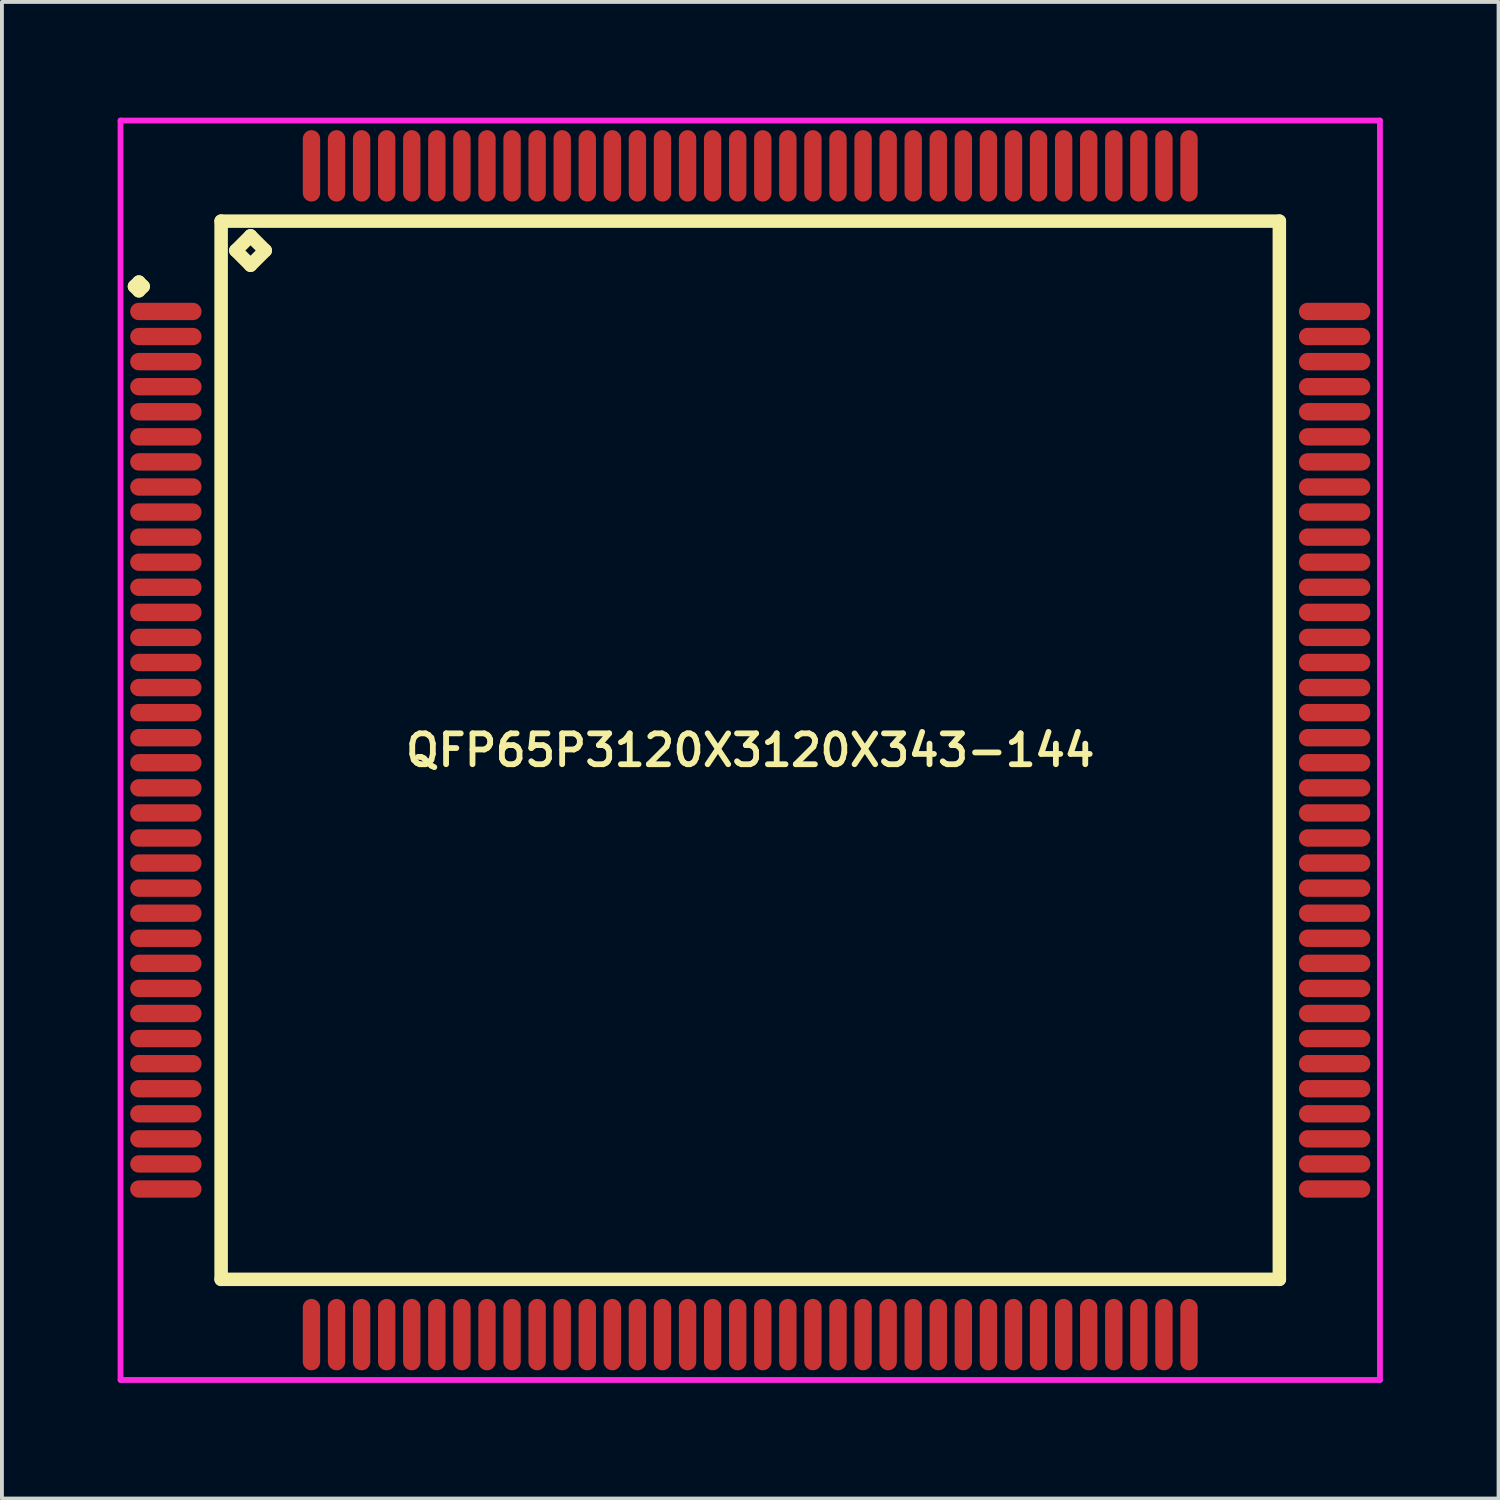
<source format=kicad_pcb>
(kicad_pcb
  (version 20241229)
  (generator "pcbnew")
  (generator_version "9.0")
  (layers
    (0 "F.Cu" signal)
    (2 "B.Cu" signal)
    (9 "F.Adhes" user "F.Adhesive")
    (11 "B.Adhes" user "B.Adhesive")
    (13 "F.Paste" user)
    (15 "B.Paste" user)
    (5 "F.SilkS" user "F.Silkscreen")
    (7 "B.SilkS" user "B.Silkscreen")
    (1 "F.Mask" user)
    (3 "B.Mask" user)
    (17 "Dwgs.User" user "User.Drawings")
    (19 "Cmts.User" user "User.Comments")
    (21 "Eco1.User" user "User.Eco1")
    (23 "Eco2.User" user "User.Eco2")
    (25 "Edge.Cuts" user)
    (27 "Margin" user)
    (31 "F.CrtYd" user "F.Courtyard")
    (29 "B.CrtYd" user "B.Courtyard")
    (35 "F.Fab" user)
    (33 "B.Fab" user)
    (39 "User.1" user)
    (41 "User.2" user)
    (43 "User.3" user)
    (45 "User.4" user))
  (footprint "QFP65P3120X3120X343-144"
    (layer "F.Cu")
    (at 16.4 16.4)
    (property "Reference" "QFP65P3120X3120X343-144" (at 0 0 0) (layer "F.SilkS") (effects (font (size 0.8 0.8) (thickness 0.15))))
    (attr smd)
    (fp_line (start -15.963 -12.025) (end -15.85 -12.137) (stroke (width 0.35) (type solid)) (layer "F.SilkS"))
    (fp_line (start -15.85 -12.137) (end -15.738 -12.025) (stroke (width 0.35) (type solid)) (layer "F.SilkS"))
    (fp_line (start -15.85 -11.912) (end -15.963 -12.025) (stroke (width 0.35) (type solid)) (layer "F.SilkS"))
    (fp_line (start -15.738 -12.025) (end -15.85 -11.912) (stroke (width 0.35) (type solid)) (layer "F.SilkS"))
    (fp_line (start -13.717 -13.717) (end -13.717 13.717) (stroke (width 0.35) (type solid)) (layer "F.SilkS"))
    (fp_line (start -13.717 13.717) (end 13.717 13.717) (stroke (width 0.35) (type solid)) (layer "F.SilkS"))
    (fp_line (start -13.336 -12.955) (end -12.955 -13.336) (stroke (width 0.35) (type solid)) (layer "F.SilkS"))
    (fp_line (start -12.955 -13.336) (end -12.574 -12.955) (stroke (width 0.35) (type solid)) (layer "F.SilkS"))
    (fp_line (start -12.955 -12.574) (end -13.336 -12.955) (stroke (width 0.35) (type solid)) (layer "F.SilkS"))
    (fp_line (start -12.574 -12.955) (end -12.955 -12.574) (stroke (width 0.35) (type solid)) (layer "F.SilkS"))
    (fp_line (start 13.717 -13.717) (end -13.717 -13.717) (stroke (width 0.35) (type solid)) (layer "F.SilkS"))
    (fp_line (start 13.717 13.717) (end 13.717 -13.717) (stroke (width 0.35) (type solid)) (layer "F.SilkS"))
    (fp_line (start -16.325 -16.325) (end 16.325 -16.325) (stroke (width 0.15) (type solid)) (layer "F.CrtYd"))
    (fp_line (start -16.325 16.325) (end -16.325 -16.325) (stroke (width 0.15) (type solid)) (layer "F.CrtYd"))
    (fp_line (start 16.325 -16.325) (end 16.325 16.325) (stroke (width 0.15) (type solid)) (layer "F.CrtYd"))
    (fp_line (start 16.325 16.325) (end -16.325 16.325) (stroke (width 0.15) (type solid)) (layer "F.CrtYd"))
    (pad "1" smd oval (at -15.15 -11.375) (size 1.85 0.45) (layers "F.Cu" "F.Mask" "F.Paste"))
    (pad "2" smd oval (at -15.15 -10.725) (size 1.85 0.45) (layers "F.Cu" "F.Mask" "F.Paste"))
    (pad "3" smd oval (at -15.15 -10.075) (size 1.85 0.45) (layers "F.Cu" "F.Mask" "F.Paste"))
    (pad "4" smd oval (at -15.15 -9.425) (size 1.85 0.45) (layers "F.Cu" "F.Mask" "F.Paste"))
    (pad "5" smd oval (at -15.15 -8.775) (size 1.85 0.45) (layers "F.Cu" "F.Mask" "F.Paste"))
    (pad "6" smd oval (at -15.15 -8.125) (size 1.85 0.45) (layers "F.Cu" "F.Mask" "F.Paste"))
    (pad "7" smd oval (at -15.15 -7.475) (size 1.85 0.45) (layers "F.Cu" "F.Mask" "F.Paste"))
    (pad "8" smd oval (at -15.15 -6.825) (size 1.85 0.45) (layers "F.Cu" "F.Mask" "F.Paste"))
    (pad "9" smd oval (at -15.15 -6.175) (size 1.85 0.45) (layers "F.Cu" "F.Mask" "F.Paste"))
    (pad "10" smd oval (at -15.15 -5.525) (size 1.85 0.45) (layers "F.Cu" "F.Mask" "F.Paste"))
    (pad "11" smd oval (at -15.15 -4.875) (size 1.85 0.45) (layers "F.Cu" "F.Mask" "F.Paste"))
    (pad "12" smd oval (at -15.15 -4.225) (size 1.85 0.45) (layers "F.Cu" "F.Mask" "F.Paste"))
    (pad "13" smd oval (at -15.15 -3.575) (size 1.85 0.45) (layers "F.Cu" "F.Mask" "F.Paste"))
    (pad "14" smd oval (at -15.15 -2.925) (size 1.85 0.45) (layers "F.Cu" "F.Mask" "F.Paste"))
    (pad "15" smd oval (at -15.15 -2.275) (size 1.85 0.45) (layers "F.Cu" "F.Mask" "F.Paste"))
    (pad "16" smd oval (at -15.15 -1.625) (size 1.85 0.45) (layers "F.Cu" "F.Mask" "F.Paste"))
    (pad "17" smd oval (at -15.15 -0.975) (size 1.85 0.45) (layers "F.Cu" "F.Mask" "F.Paste"))
    (pad "18" smd oval (at -15.15 -0.325) (size 1.85 0.45) (layers "F.Cu" "F.Mask" "F.Paste"))
    (pad "19" smd oval (at -15.15 0.325) (size 1.85 0.45) (layers "F.Cu" "F.Mask" "F.Paste"))
    (pad "20" smd oval (at -15.15 0.975) (size 1.85 0.45) (layers "F.Cu" "F.Mask" "F.Paste"))
    (pad "21" smd oval (at -15.15 1.625) (size 1.85 0.45) (layers "F.Cu" "F.Mask" "F.Paste"))
    (pad "22" smd oval (at -15.15 2.275) (size 1.85 0.45) (layers "F.Cu" "F.Mask" "F.Paste"))
    (pad "23" smd oval (at -15.15 2.925) (size 1.85 0.45) (layers "F.Cu" "F.Mask" "F.Paste"))
    (pad "24" smd oval (at -15.15 3.575) (size 1.85 0.45) (layers "F.Cu" "F.Mask" "F.Paste"))
    (pad "25" smd oval (at -15.15 4.225) (size 1.85 0.45) (layers "F.Cu" "F.Mask" "F.Paste"))
    (pad "26" smd oval (at -15.15 4.875) (size 1.85 0.45) (layers "F.Cu" "F.Mask" "F.Paste"))
    (pad "27" smd oval (at -15.15 5.525) (size 1.85 0.45) (layers "F.Cu" "F.Mask" "F.Paste"))
    (pad "28" smd oval (at -15.15 6.175) (size 1.85 0.45) (layers "F.Cu" "F.Mask" "F.Paste"))
    (pad "29" smd oval (at -15.15 6.825) (size 1.85 0.45) (layers "F.Cu" "F.Mask" "F.Paste"))
    (pad "30" smd oval (at -15.15 7.475) (size 1.85 0.45) (layers "F.Cu" "F.Mask" "F.Paste"))
    (pad "31" smd oval (at -15.15 8.125) (size 1.85 0.45) (layers "F.Cu" "F.Mask" "F.Paste"))
    (pad "32" smd oval (at -15.15 8.775) (size 1.85 0.45) (layers "F.Cu" "F.Mask" "F.Paste"))
    (pad "33" smd oval (at -15.15 9.425) (size 1.85 0.45) (layers "F.Cu" "F.Mask" "F.Paste"))
    (pad "34" smd oval (at -15.15 10.075) (size 1.85 0.45) (layers "F.Cu" "F.Mask" "F.Paste"))
    (pad "35" smd oval (at -15.15 10.725) (size 1.85 0.45) (layers "F.Cu" "F.Mask" "F.Paste"))
    (pad "36" smd oval (at -15.15 11.375) (size 1.85 0.45) (layers "F.Cu" "F.Mask" "F.Paste"))
    (pad "37" smd oval (at -11.375 15.15) (size 0.45 1.85) (layers "F.Cu" "F.Mask" "F.Paste"))
    (pad "38" smd oval (at -10.725 15.15) (size 0.45 1.85) (layers "F.Cu" "F.Mask" "F.Paste"))
    (pad "39" smd oval (at -10.075 15.15) (size 0.45 1.85) (layers "F.Cu" "F.Mask" "F.Paste"))
    (pad "40" smd oval (at -9.425 15.15) (size 0.45 1.85) (layers "F.Cu" "F.Mask" "F.Paste"))
    (pad "41" smd oval (at -8.775 15.15) (size 0.45 1.85) (layers "F.Cu" "F.Mask" "F.Paste"))
    (pad "42" smd oval (at -8.125 15.15) (size 0.45 1.85) (layers "F.Cu" "F.Mask" "F.Paste"))
    (pad "43" smd oval (at -7.475 15.15) (size 0.45 1.85) (layers "F.Cu" "F.Mask" "F.Paste"))
    (pad "44" smd oval (at -6.825 15.15) (size 0.45 1.85) (layers "F.Cu" "F.Mask" "F.Paste"))
    (pad "45" smd oval (at -6.175 15.15) (size 0.45 1.85) (layers "F.Cu" "F.Mask" "F.Paste"))
    (pad "46" smd oval (at -5.525 15.15) (size 0.45 1.85) (layers "F.Cu" "F.Mask" "F.Paste"))
    (pad "47" smd oval (at -4.875 15.15) (size 0.45 1.85) (layers "F.Cu" "F.Mask" "F.Paste"))
    (pad "48" smd oval (at -4.225 15.15) (size 0.45 1.85) (layers "F.Cu" "F.Mask" "F.Paste"))
    (pad "49" smd oval (at -3.575 15.15) (size 0.45 1.85) (layers "F.Cu" "F.Mask" "F.Paste"))
    (pad "50" smd oval (at -2.925 15.15) (size 0.45 1.85) (layers "F.Cu" "F.Mask" "F.Paste"))
    (pad "51" smd oval (at -2.275 15.15) (size 0.45 1.85) (layers "F.Cu" "F.Mask" "F.Paste"))
    (pad "52" smd oval (at -1.625 15.15) (size 0.45 1.85) (layers "F.Cu" "F.Mask" "F.Paste"))
    (pad "53" smd oval (at -0.975 15.15) (size 0.45 1.85) (layers "F.Cu" "F.Mask" "F.Paste"))
    (pad "54" smd oval (at -0.325 15.15) (size 0.45 1.85) (layers "F.Cu" "F.Mask" "F.Paste"))
    (pad "55" smd oval (at 0.325 15.15) (size 0.45 1.85) (layers "F.Cu" "F.Mask" "F.Paste"))
    (pad "56" smd oval (at 0.975 15.15) (size 0.45 1.85) (layers "F.Cu" "F.Mask" "F.Paste"))
    (pad "57" smd oval (at 1.625 15.15) (size 0.45 1.85) (layers "F.Cu" "F.Mask" "F.Paste"))
    (pad "58" smd oval (at 2.275 15.15) (size 0.45 1.85) (layers "F.Cu" "F.Mask" "F.Paste"))
    (pad "59" smd oval (at 2.925 15.15) (size 0.45 1.85) (layers "F.Cu" "F.Mask" "F.Paste"))
    (pad "60" smd oval (at 3.575 15.15) (size 0.45 1.85) (layers "F.Cu" "F.Mask" "F.Paste"))
    (pad "61" smd oval (at 4.225 15.15) (size 0.45 1.85) (layers "F.Cu" "F.Mask" "F.Paste"))
    (pad "62" smd oval (at 4.875 15.15) (size 0.45 1.85) (layers "F.Cu" "F.Mask" "F.Paste"))
    (pad "63" smd oval (at 5.525 15.15) (size 0.45 1.85) (layers "F.Cu" "F.Mask" "F.Paste"))
    (pad "64" smd oval (at 6.175 15.15) (size 0.45 1.85) (layers "F.Cu" "F.Mask" "F.Paste"))
    (pad "65" smd oval (at 6.825 15.15) (size 0.45 1.85) (layers "F.Cu" "F.Mask" "F.Paste"))
    (pad "66" smd oval (at 7.475 15.15) (size 0.45 1.85) (layers "F.Cu" "F.Mask" "F.Paste"))
    (pad "67" smd oval (at 8.125 15.15) (size 0.45 1.85) (layers "F.Cu" "F.Mask" "F.Paste"))
    (pad "68" smd oval (at 8.775 15.15) (size 0.45 1.85) (layers "F.Cu" "F.Mask" "F.Paste"))
    (pad "69" smd oval (at 9.425 15.15) (size 0.45 1.85) (layers "F.Cu" "F.Mask" "F.Paste"))
    (pad "70" smd oval (at 10.075 15.15) (size 0.45 1.85) (layers "F.Cu" "F.Mask" "F.Paste"))
    (pad "71" smd oval (at 10.725 15.15) (size 0.45 1.85) (layers "F.Cu" "F.Mask" "F.Paste"))
    (pad "72" smd oval (at 11.375 15.15) (size 0.45 1.85) (layers "F.Cu" "F.Mask" "F.Paste"))
    (pad "73" smd oval (at 15.15 11.375) (size 1.85 0.45) (layers "F.Cu" "F.Mask" "F.Paste"))
    (pad "74" smd oval (at 15.15 10.725) (size 1.85 0.45) (layers "F.Cu" "F.Mask" "F.Paste"))
    (pad "75" smd oval (at 15.15 10.075) (size 1.85 0.45) (layers "F.Cu" "F.Mask" "F.Paste"))
    (pad "76" smd oval (at 15.15 9.425) (size 1.85 0.45) (layers "F.Cu" "F.Mask" "F.Paste"))
    (pad "77" smd oval (at 15.15 8.775) (size 1.85 0.45) (layers "F.Cu" "F.Mask" "F.Paste"))
    (pad "78" smd oval (at 15.15 8.125) (size 1.85 0.45) (layers "F.Cu" "F.Mask" "F.Paste"))
    (pad "79" smd oval (at 15.15 7.475) (size 1.85 0.45) (layers "F.Cu" "F.Mask" "F.Paste"))
    (pad "80" smd oval (at 15.15 6.825) (size 1.85 0.45) (layers "F.Cu" "F.Mask" "F.Paste"))
    (pad "81" smd oval (at 15.15 6.175) (size 1.85 0.45) (layers "F.Cu" "F.Mask" "F.Paste"))
    (pad "82" smd oval (at 15.15 5.525) (size 1.85 0.45) (layers "F.Cu" "F.Mask" "F.Paste"))
    (pad "83" smd oval (at 15.15 4.875) (size 1.85 0.45) (layers "F.Cu" "F.Mask" "F.Paste"))
    (pad "84" smd oval (at 15.15 4.225) (size 1.85 0.45) (layers "F.Cu" "F.Mask" "F.Paste"))
    (pad "85" smd oval (at 15.15 3.575) (size 1.85 0.45) (layers "F.Cu" "F.Mask" "F.Paste"))
    (pad "86" smd oval (at 15.15 2.925) (size 1.85 0.45) (layers "F.Cu" "F.Mask" "F.Paste"))
    (pad "87" smd oval (at 15.15 2.275) (size 1.85 0.45) (layers "F.Cu" "F.Mask" "F.Paste"))
    (pad "88" smd oval (at 15.15 1.625) (size 1.85 0.45) (layers "F.Cu" "F.Mask" "F.Paste"))
    (pad "89" smd oval (at 15.15 0.975) (size 1.85 0.45) (layers "F.Cu" "F.Mask" "F.Paste"))
    (pad "90" smd oval (at 15.15 0.325) (size 1.85 0.45) (layers "F.Cu" "F.Mask" "F.Paste"))
    (pad "91" smd oval (at 15.15 -0.325) (size 1.85 0.45) (layers "F.Cu" "F.Mask" "F.Paste"))
    (pad "92" smd oval (at 15.15 -0.975) (size 1.85 0.45) (layers "F.Cu" "F.Mask" "F.Paste"))
    (pad "93" smd oval (at 15.15 -1.625) (size 1.85 0.45) (layers "F.Cu" "F.Mask" "F.Paste"))
    (pad "94" smd oval (at 15.15 -2.275) (size 1.85 0.45) (layers "F.Cu" "F.Mask" "F.Paste"))
    (pad "95" smd oval (at 15.15 -2.925) (size 1.85 0.45) (layers "F.Cu" "F.Mask" "F.Paste"))
    (pad "96" smd oval (at 15.15 -3.575) (size 1.85 0.45) (layers "F.Cu" "F.Mask" "F.Paste"))
    (pad "97" smd oval (at 15.15 -4.225) (size 1.85 0.45) (layers "F.Cu" "F.Mask" "F.Paste"))
    (pad "98" smd oval (at 15.15 -4.875) (size 1.85 0.45) (layers "F.Cu" "F.Mask" "F.Paste"))
    (pad "99" smd oval (at 15.15 -5.525) (size 1.85 0.45) (layers "F.Cu" "F.Mask" "F.Paste"))
    (pad "100" smd oval (at 15.15 -6.175) (size 1.85 0.45) (layers "F.Cu" "F.Mask" "F.Paste"))
    (pad "101" smd oval (at 15.15 -6.825) (size 1.85 0.45) (layers "F.Cu" "F.Mask" "F.Paste"))
    (pad "102" smd oval (at 15.15 -7.475) (size 1.85 0.45) (layers "F.Cu" "F.Mask" "F.Paste"))
    (pad "103" smd oval (at 15.15 -8.125) (size 1.85 0.45) (layers "F.Cu" "F.Mask" "F.Paste"))
    (pad "104" smd oval (at 15.15 -8.775) (size 1.85 0.45) (layers "F.Cu" "F.Mask" "F.Paste"))
    (pad "105" smd oval (at 15.15 -9.425) (size 1.85 0.45) (layers "F.Cu" "F.Mask" "F.Paste"))
    (pad "106" smd oval (at 15.15 -10.075) (size 1.85 0.45) (layers "F.Cu" "F.Mask" "F.Paste"))
    (pad "107" smd oval (at 15.15 -10.725) (size 1.85 0.45) (layers "F.Cu" "F.Mask" "F.Paste"))
    (pad "108" smd oval (at 15.15 -11.375) (size 1.85 0.45) (layers "F.Cu" "F.Mask" "F.Paste"))
    (pad "109" smd oval (at 11.375 -15.15) (size 0.45 1.85) (layers "F.Cu" "F.Mask" "F.Paste"))
    (pad "110" smd oval (at 10.725 -15.15) (size 0.45 1.85) (layers "F.Cu" "F.Mask" "F.Paste"))
    (pad "111" smd oval (at 10.075 -15.15) (size 0.45 1.85) (layers "F.Cu" "F.Mask" "F.Paste"))
    (pad "112" smd oval (at 9.425 -15.15) (size 0.45 1.85) (layers "F.Cu" "F.Mask" "F.Paste"))
    (pad "113" smd oval (at 8.775 -15.15) (size 0.45 1.85) (layers "F.Cu" "F.Mask" "F.Paste"))
    (pad "114" smd oval (at 8.125 -15.15) (size 0.45 1.85) (layers "F.Cu" "F.Mask" "F.Paste"))
    (pad "115" smd oval (at 7.475 -15.15) (size 0.45 1.85) (layers "F.Cu" "F.Mask" "F.Paste"))
    (pad "116" smd oval (at 6.825 -15.15) (size 0.45 1.85) (layers "F.Cu" "F.Mask" "F.Paste"))
    (pad "117" smd oval (at 6.175 -15.15) (size 0.45 1.85) (layers "F.Cu" "F.Mask" "F.Paste"))
    (pad "118" smd oval (at 5.525 -15.15) (size 0.45 1.85) (layers "F.Cu" "F.Mask" "F.Paste"))
    (pad "119" smd oval (at 4.875 -15.15) (size 0.45 1.85) (layers "F.Cu" "F.Mask" "F.Paste"))
    (pad "120" smd oval (at 4.225 -15.15) (size 0.45 1.85) (layers "F.Cu" "F.Mask" "F.Paste"))
    (pad "121" smd oval (at 3.575 -15.15) (size 0.45 1.85) (layers "F.Cu" "F.Mask" "F.Paste"))
    (pad "122" smd oval (at 2.925 -15.15) (size 0.45 1.85) (layers "F.Cu" "F.Mask" "F.Paste"))
    (pad "123" smd oval (at 2.275 -15.15) (size 0.45 1.85) (layers "F.Cu" "F.Mask" "F.Paste"))
    (pad "124" smd oval (at 1.625 -15.15) (size 0.45 1.85) (layers "F.Cu" "F.Mask" "F.Paste"))
    (pad "125" smd oval (at 0.975 -15.15) (size 0.45 1.85) (layers "F.Cu" "F.Mask" "F.Paste"))
    (pad "126" smd oval (at 0.325 -15.15) (size 0.45 1.85) (layers "F.Cu" "F.Mask" "F.Paste"))
    (pad "127" smd oval (at -0.325 -15.15) (size 0.45 1.85) (layers "F.Cu" "F.Mask" "F.Paste"))
    (pad "128" smd oval (at -0.975 -15.15) (size 0.45 1.85) (layers "F.Cu" "F.Mask" "F.Paste"))
    (pad "129" smd oval (at -1.625 -15.15) (size 0.45 1.85) (layers "F.Cu" "F.Mask" "F.Paste"))
    (pad "130" smd oval (at -2.275 -15.15) (size 0.45 1.85) (layers "F.Cu" "F.Mask" "F.Paste"))
    (pad "131" smd oval (at -2.925 -15.15) (size 0.45 1.85) (layers "F.Cu" "F.Mask" "F.Paste"))
    (pad "132" smd oval (at -3.575 -15.15) (size 0.45 1.85) (layers "F.Cu" "F.Mask" "F.Paste"))
    (pad "133" smd oval (at -4.225 -15.15) (size 0.45 1.85) (layers "F.Cu" "F.Mask" "F.Paste"))
    (pad "134" smd oval (at -4.875 -15.15) (size 0.45 1.85) (layers "F.Cu" "F.Mask" "F.Paste"))
    (pad "135" smd oval (at -5.525 -15.15) (size 0.45 1.85) (layers "F.Cu" "F.Mask" "F.Paste"))
    (pad "136" smd oval (at -6.175 -15.15) (size 0.45 1.85) (layers "F.Cu" "F.Mask" "F.Paste"))
    (pad "137" smd oval (at -6.825 -15.15) (size 0.45 1.85) (layers "F.Cu" "F.Mask" "F.Paste"))
    (pad "138" smd oval (at -7.475 -15.15) (size 0.45 1.85) (layers "F.Cu" "F.Mask" "F.Paste"))
    (pad "139" smd oval (at -8.125 -15.15) (size 0.45 1.85) (layers "F.Cu" "F.Mask" "F.Paste"))
    (pad "140" smd oval (at -8.775 -15.15) (size 0.45 1.85) (layers "F.Cu" "F.Mask" "F.Paste"))
    (pad "141" smd oval (at -9.425 -15.15) (size 0.45 1.85) (layers "F.Cu" "F.Mask" "F.Paste"))
    (pad "142" smd oval (at -10.075 -15.15) (size 0.45 1.85) (layers "F.Cu" "F.Mask" "F.Paste"))
    (pad "143" smd oval (at -10.725 -15.15) (size 0.45 1.85) (layers "F.Cu" "F.Mask" "F.Paste"))
    (pad "144" smd oval (at -11.375 -15.15) (size 0.45 1.85) (layers "F.Cu" "F.Mask" "F.Paste")))
  (gr_rect
    (start -3 -3)
    (end 35.8 35.8)
    (stroke (width 0.1) (type default))
    (fill no)
    (layer "Edge.Cuts")))
</source>
